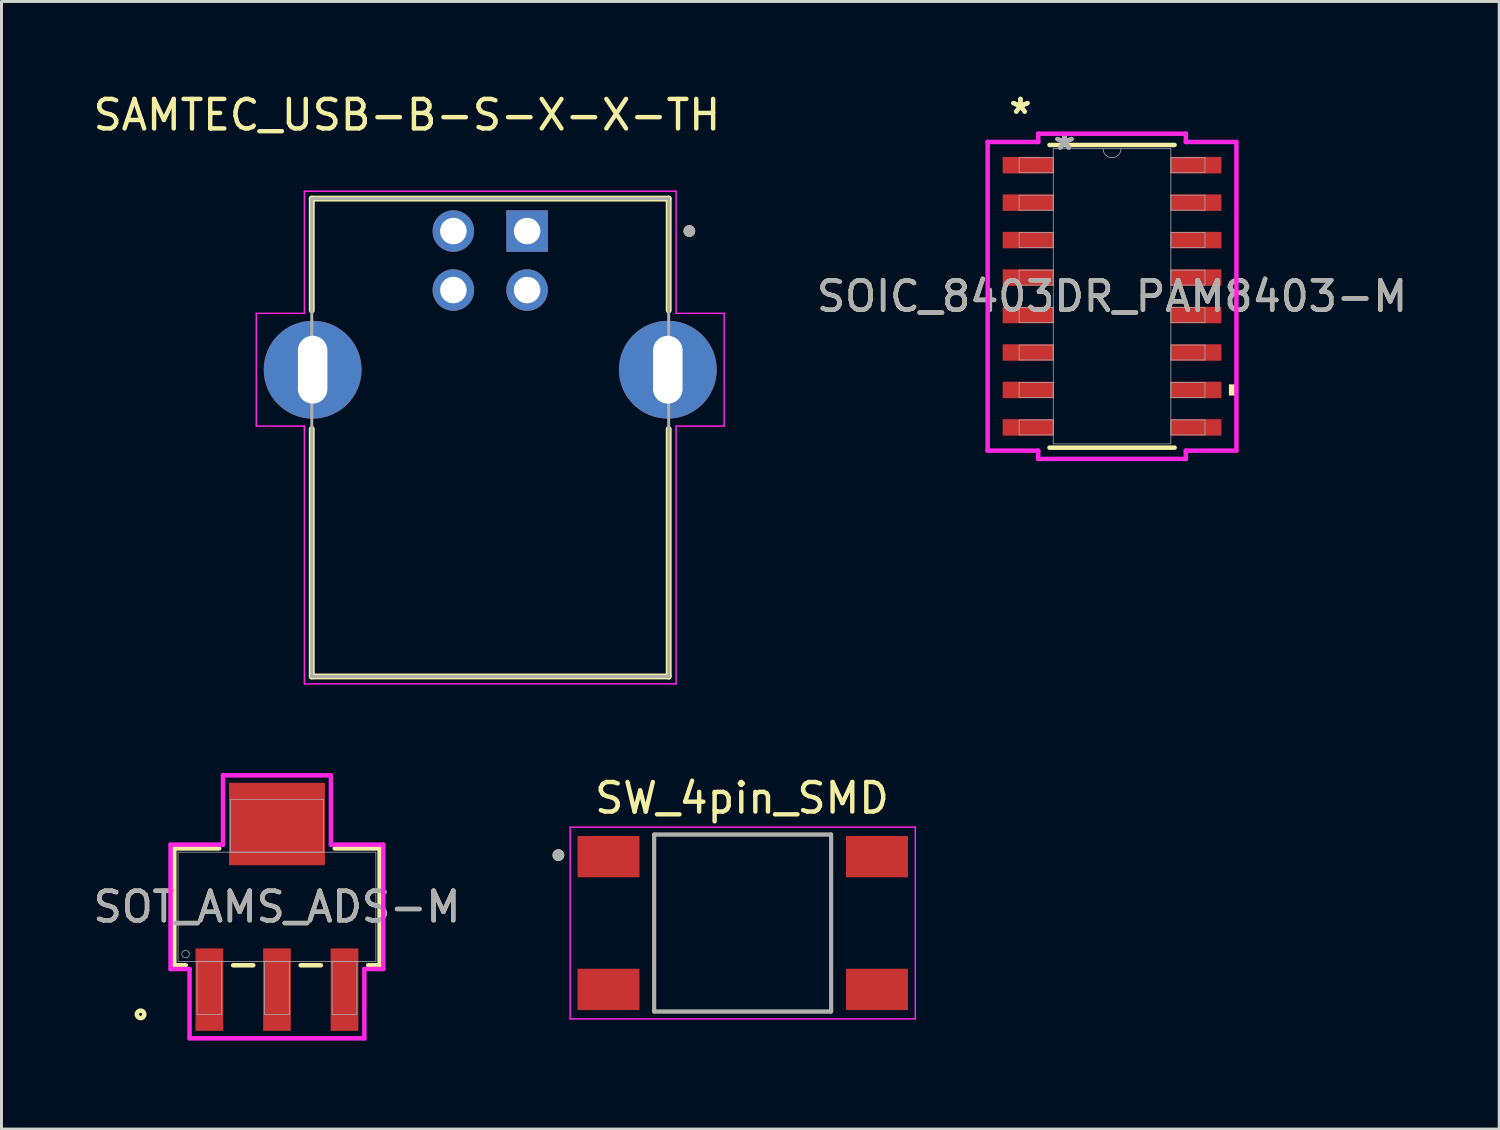
<source format=kicad_pcb>
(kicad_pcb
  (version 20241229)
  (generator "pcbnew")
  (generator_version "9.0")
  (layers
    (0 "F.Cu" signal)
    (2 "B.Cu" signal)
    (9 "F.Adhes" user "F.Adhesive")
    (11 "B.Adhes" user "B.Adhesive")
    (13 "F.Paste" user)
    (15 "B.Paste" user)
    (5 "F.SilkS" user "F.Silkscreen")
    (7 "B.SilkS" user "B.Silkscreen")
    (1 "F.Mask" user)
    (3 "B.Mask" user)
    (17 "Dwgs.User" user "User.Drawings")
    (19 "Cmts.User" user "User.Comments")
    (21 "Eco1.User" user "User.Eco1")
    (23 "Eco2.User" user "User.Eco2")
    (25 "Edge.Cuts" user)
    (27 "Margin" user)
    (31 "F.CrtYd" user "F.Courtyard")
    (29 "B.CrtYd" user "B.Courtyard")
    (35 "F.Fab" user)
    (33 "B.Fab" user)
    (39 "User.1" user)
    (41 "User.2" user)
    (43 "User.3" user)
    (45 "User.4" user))
  (footprint "SOT_AMS_ADS-M"
    (layer "F.Cu")
    (at 6.339 27.692)
    (property "Reference" "SOT_AMS_ADS-M" (at 0 0 0) (unlocked yes) (layer "F.SilkS") (effects (font (size 1 1) (thickness 0.15))))
    (attr smd)
    (fp_line (start -3.48 -1.981) (end -3.48 1.981) (stroke (width 0.152) (type solid)) (layer "F.SilkS"))
    (fp_line (start -3.48 1.981) (end -3.093 1.981) (stroke (width 0.152) (type solid)) (layer "F.SilkS"))
    (fp_line (start -1.958 -1.981) (end -3.48 -1.981) (stroke (width 0.152) (type solid)) (layer "F.SilkS"))
    (fp_line (start -1.487 1.981) (end -0.803 1.981) (stroke (width 0.152) (type solid)) (layer "F.SilkS"))
    (fp_line (start 0.803 1.981) (end 1.487 1.981) (stroke (width 0.152) (type solid)) (layer "F.SilkS"))
    (fp_line (start 3.093 1.981) (end 3.48 1.981) (stroke (width 0.152) (type solid)) (layer "F.SilkS"))
    (fp_line (start 3.48 -1.981) (end 1.958 -1.981) (stroke (width 0.152) (type solid)) (layer "F.SilkS"))
    (fp_line (start 3.48 1.981) (end 3.48 -1.981) (stroke (width 0.152) (type solid)) (layer "F.SilkS"))
    (fp_circle (center -4.623 3.645) (end -4.496 3.645) (stroke (width 0.152) (type solid)) (fill no) (layer "F.SilkS"))
    (fp_line (start -3.607 -2.108) (end -1.829 -2.108) (stroke (width 0.152) (type solid)) (layer "F.CrtYd"))
    (fp_line (start -3.607 2.108) (end -3.607 -2.108) (stroke (width 0.152) (type solid)) (layer "F.CrtYd"))
    (fp_line (start -2.963 2.108) (end -3.607 2.108) (stroke (width 0.152) (type solid)) (layer "F.CrtYd"))
    (fp_line (start -2.963 4.458) (end -2.963 2.108) (stroke (width 0.152) (type solid)) (layer "F.CrtYd"))
    (fp_line (start -1.829 -4.458) (end 1.829 -4.458) (stroke (width 0.152) (type solid)) (layer "F.CrtYd"))
    (fp_line (start -1.829 -2.108) (end -1.829 -4.458) (stroke (width 0.152) (type solid)) (layer "F.CrtYd"))
    (fp_line (start 1.829 -4.458) (end 1.829 -2.108) (stroke (width 0.152) (type solid)) (layer "F.CrtYd"))
    (fp_line (start 1.829 -2.108) (end 3.607 -2.108) (stroke (width 0.152) (type solid)) (layer "F.CrtYd"))
    (fp_line (start 2.963 2.108) (end 2.963 4.458) (stroke (width 0.152) (type solid)) (layer "F.CrtYd"))
    (fp_line (start 2.963 4.458) (end -2.963 4.458) (stroke (width 0.152) (type solid)) (layer "F.CrtYd"))
    (fp_line (start 3.607 -2.108) (end 3.607 2.108) (stroke (width 0.152) (type solid)) (layer "F.CrtYd"))
    (fp_line (start 3.607 2.108) (end 2.963 2.108) (stroke (width 0.152) (type solid)) (layer "F.CrtYd"))
    (fp_line (start -3.353 -1.854) (end -3.353 1.854) (stroke (width 0.025) (type solid)) (layer "F.Fab"))
    (fp_line (start -3.353 1.854) (end 3.353 1.854) (stroke (width 0.025) (type solid)) (layer "F.Fab"))
    (fp_line (start -2.709 1.854) (end -2.709 3.645) (stroke (width 0.025) (type solid)) (layer "F.Fab"))
    (fp_line (start -2.709 3.645) (end -1.871 3.645) (stroke (width 0.025) (type solid)) (layer "F.Fab"))
    (fp_line (start -1.871 1.854) (end -2.709 1.854) (stroke (width 0.025) (type solid)) (layer "F.Fab"))
    (fp_line (start -1.871 3.645) (end -1.871 1.854) (stroke (width 0.025) (type solid)) (layer "F.Fab"))
    (fp_line (start -1.575 -3.645) (end -1.575 -1.854) (stroke (width 0.025) (type solid)) (layer "F.Fab"))
    (fp_line (start -1.575 -1.854) (end 1.575 -1.854) (stroke (width 0.025) (type solid)) (layer "F.Fab"))
    (fp_line (start -0.419 1.854) (end -0.419 3.645) (stroke (width 0.025) (type solid)) (layer "F.Fab"))
    (fp_line (start -0.419 3.645) (end 0.419 3.645) (stroke (width 0.025) (type solid)) (layer "F.Fab"))
    (fp_line (start 0.419 1.854) (end -0.419 1.854) (stroke (width 0.025) (type solid)) (layer "F.Fab"))
    (fp_line (start 0.419 3.645) (end 0.419 1.854) (stroke (width 0.025) (type solid)) (layer "F.Fab"))
    (fp_line (start 1.575 -3.645) (end -1.575 -3.645) (stroke (width 0.025) (type solid)) (layer "F.Fab"))
    (fp_line (start 1.575 -1.854) (end 1.575 -3.645) (stroke (width 0.025) (type solid)) (layer "F.Fab"))
    (fp_line (start 1.871 1.854) (end 1.871 3.645) (stroke (width 0.025) (type solid)) (layer "F.Fab"))
    (fp_line (start 1.871 3.645) (end 2.709 3.645) (stroke (width 0.025) (type solid)) (layer "F.Fab"))
    (fp_line (start 2.709 1.854) (end 1.871 1.854) (stroke (width 0.025) (type solid)) (layer "F.Fab"))
    (fp_line (start 2.709 3.645) (end 2.709 1.854) (stroke (width 0.025) (type solid)) (layer "F.Fab"))
    (fp_line (start 3.353 -1.854) (end -3.353 -1.854) (stroke (width 0.025) (type solid)) (layer "F.Fab"))
    (fp_line (start 3.353 1.854) (end 3.353 -1.854) (stroke (width 0.025) (type solid)) (layer "F.Fab"))
    (fp_circle (center -3.099 1.6) (end -2.972 1.6) (stroke (width 0.025) (type solid)) (fill no) (layer "F.Fab"))
    (fp_text user "${REFERENCE}" (at 0 0 0) (unlocked yes) (layer "F.Fab") (effects (font (size 1 1) (thickness 0.15))))
    (pad "1" smd rect (at -2.29 2.807) (size 0.94 2.794) (layers "F.Cu" "F.Mask" "F.Paste"))
    (pad "2" smd rect (at 0 2.807) (size 0.94 2.794) (layers "F.Cu" "F.Mask" "F.Paste"))
    (pad "3" smd rect (at 2.29 2.807) (size 0.94 2.794) (layers "F.Cu" "F.Mask" "F.Paste"))
    (pad "4" smd rect (at 0 -2.807) (size 3.251 2.794) (layers "F.Cu" "F.Mask" "F.Paste")))
  (footprint "SAMTEC_USB-B-S-X-X-TH"
    (layer "F.Cu")
    (at 13.569 12.483)
    (property "Reference" "SAMTEC_USB-B-S-X-X-TH" (at -2.825 -11.635 0) (layer "F.SilkS") (effects (font (size 1 1) (thickness 0.15))))
    (attr through_hole)
    (fp_line (start -6.05 -8.8) (end 6.05 -8.8) (stroke (width 0.2) (type solid)) (layer "F.SilkS"))
    (fp_line (start -6.05 -5.01) (end -6.05 -8.8) (stroke (width 0.2) (type solid)) (layer "F.SilkS"))
    (fp_line (start -6.05 7.4) (end -6.05 -0.99) (stroke (width 0.2) (type solid)) (layer "F.SilkS"))
    (fp_line (start 6.05 -8.8) (end 6.05 -5.01) (stroke (width 0.2) (type solid)) (layer "F.SilkS"))
    (fp_line (start 6.05 -0.99) (end 6.05 7.4) (stroke (width 0.2) (type solid)) (layer "F.SilkS"))
    (fp_line (start 6.05 7.4) (end -6.05 7.4) (stroke (width 0.2) (type solid)) (layer "F.SilkS"))
    (fp_circle (center 6.75 -7.7) (end 6.85 -7.7) (stroke (width 0.2) (type solid)) (fill no) (layer "F.SilkS"))
    (fp_line (start -7.93 -4.91) (end -6.3 -4.91) (stroke (width 0.05) (type solid)) (layer "F.CrtYd"))
    (fp_line (start -7.93 -1.09) (end -7.93 -4.91) (stroke (width 0.05) (type solid)) (layer "F.CrtYd"))
    (fp_line (start -6.3 -9.05) (end 6.3 -9.05) (stroke (width 0.05) (type solid)) (layer "F.CrtYd"))
    (fp_line (start -6.3 -4.91) (end -6.3 -9.05) (stroke (width 0.05) (type solid)) (layer "F.CrtYd"))
    (fp_line (start -6.3 -1.09) (end -7.93 -1.09) (stroke (width 0.05) (type solid)) (layer "F.CrtYd"))
    (fp_line (start -6.3 7.65) (end -6.3 -1.09) (stroke (width 0.05) (type solid)) (layer "F.CrtYd"))
    (fp_line (start 6.3 -9.05) (end 6.3 -4.91) (stroke (width 0.05) (type solid)) (layer "F.CrtYd"))
    (fp_line (start 6.3 -4.91) (end 7.93 -4.91) (stroke (width 0.05) (type solid)) (layer "F.CrtYd"))
    (fp_line (start 6.3 -1.09) (end 6.3 7.65) (stroke (width 0.05) (type solid)) (layer "F.CrtYd"))
    (fp_line (start 6.3 7.65) (end -6.3 7.65) (stroke (width 0.05) (type solid)) (layer "F.CrtYd"))
    (fp_line (start 7.93 -4.91) (end 7.93 -1.09) (stroke (width 0.05) (type solid)) (layer "F.CrtYd"))
    (fp_line (start 7.93 -1.09) (end 6.3 -1.09) (stroke (width 0.05) (type solid)) (layer "F.CrtYd"))
    (fp_line (start -6.05 -8.8) (end 6.05 -8.8) (stroke (width 0.1) (type solid)) (layer "F.Fab"))
    (fp_line (start -6.05 7.4) (end -6.05 -8.8) (stroke (width 0.1) (type solid)) (layer "F.Fab"))
    (fp_line (start 6.05 -8.8) (end 6.05 7.4) (stroke (width 0.1) (type solid)) (layer "F.Fab"))
    (fp_line (start 6.05 7.4) (end -6.05 7.4) (stroke (width 0.1) (type solid)) (layer "F.Fab"))
    (fp_circle (center 6.75 -7.7) (end 6.85 -7.7) (stroke (width 0.2) (type solid)) (fill no) (layer "F.Fab"))
    (pad "1" thru_hole rect (at 1.25 -7.7) (size 1.408 1.408) (drill 0.9) (layers "*.Cu" "*.Mask"))
    (pad "2" thru_hole circle (at -1.25 -7.7) (size 1.408 1.408) (drill 0.9) (layers "*.Cu" "*.Mask"))
    (pad "3" thru_hole circle (at -1.25 -5.7) (size 1.408 1.408) (drill 0.9) (layers "*.Cu" "*.Mask"))
    (pad "4" thru_hole circle (at 1.25 -5.7) (size 1.408 1.408) (drill 0.9) (layers "*.Cu" "*.Mask"))
    (pad "S1" thru_hole circle (at -6.02 -3) (size 3.316 3.316) (drill oval 1 2.3) (layers "*.Cu" "*.Mask"))
    (pad "S2" thru_hole circle (at 6.02 -3) (size 3.316 3.316) (drill oval 1 2.3) (layers "*.Cu" "*.Mask")))
  (footprint "SOIC_8403DR_PAM8403-M"
    (layer "F.Cu")
    (at 34.649 6.995)
    (property "Reference" "SOIC_8403DR_PAM8403-M" (at 0 0 0) (unlocked yes) (layer "F.SilkS") (effects (font (size 1 1) (thickness 0.15))))
    (attr smd)
    (fp_line (start -2.121 5.131) (end 2.121 5.131) (stroke (width 0.152) (type solid)) (layer "F.SilkS"))
    (fp_line (start 2.121 -5.131) (end -2.121 -5.131) (stroke (width 0.152) (type solid)) (layer "F.SilkS"))
    (fp_poly (pts (xy 4.216 2.985) (xy 4.216 3.365) (xy 3.962 3.365) (xy 3.962 2.985)) (stroke (width 0) (type solid)) (fill yes) (layer "F.SilkS"))
    (fp_line (start -4.216 -5.232) (end -2.502 -5.232) (stroke (width 0.152) (type solid)) (layer "F.CrtYd"))
    (fp_line (start -4.216 5.232) (end -4.216 -5.232) (stroke (width 0.152) (type solid)) (layer "F.CrtYd"))
    (fp_line (start -4.216 5.232) (end -2.502 5.232) (stroke (width 0.152) (type solid)) (layer "F.CrtYd"))
    (fp_line (start -2.502 -5.512) (end 2.502 -5.512) (stroke (width 0.152) (type solid)) (layer "F.CrtYd"))
    (fp_line (start -2.502 -5.232) (end -2.502 -5.512) (stroke (width 0.152) (type solid)) (layer "F.CrtYd"))
    (fp_line (start -2.502 5.512) (end -2.502 5.232) (stroke (width 0.152) (type solid)) (layer "F.CrtYd"))
    (fp_line (start 2.502 -5.512) (end 2.502 -5.232) (stroke (width 0.152) (type solid)) (layer "F.CrtYd"))
    (fp_line (start 2.502 5.232) (end 2.502 5.512) (stroke (width 0.152) (type solid)) (layer "F.CrtYd"))
    (fp_line (start 2.502 5.512) (end -2.502 5.512) (stroke (width 0.152) (type solid)) (layer "F.CrtYd"))
    (fp_line (start 4.216 -5.232) (end 2.502 -5.232) (stroke (width 0.152) (type solid)) (layer "F.CrtYd"))
    (fp_line (start 4.216 -5.232) (end 4.216 5.232) (stroke (width 0.152) (type solid)) (layer "F.CrtYd"))
    (fp_line (start 4.216 5.232) (end 2.502 5.232) (stroke (width 0.152) (type solid)) (layer "F.CrtYd"))
    (fp_line (start -3.15 -4.699) (end -3.15 -4.191) (stroke (width 0.025) (type solid)) (layer "F.Fab"))
    (fp_line (start -3.15 -4.191) (end -1.994 -4.191) (stroke (width 0.025) (type solid)) (layer "F.Fab"))
    (fp_line (start -3.15 -3.429) (end -3.15 -2.921) (stroke (width 0.025) (type solid)) (layer "F.Fab"))
    (fp_line (start -3.15 -2.921) (end -1.994 -2.921) (stroke (width 0.025) (type solid)) (layer "F.Fab"))
    (fp_line (start -3.15 -2.159) (end -3.15 -1.651) (stroke (width 0.025) (type solid)) (layer "F.Fab"))
    (fp_line (start -3.15 -1.651) (end -1.994 -1.651) (stroke (width 0.025) (type solid)) (layer "F.Fab"))
    (fp_line (start -3.15 -0.889) (end -3.15 -0.381) (stroke (width 0.025) (type solid)) (layer "F.Fab"))
    (fp_line (start -3.15 -0.381) (end -1.994 -0.381) (stroke (width 0.025) (type solid)) (layer "F.Fab"))
    (fp_line (start -3.15 0.381) (end -3.15 0.889) (stroke (width 0.025) (type solid)) (layer "F.Fab"))
    (fp_line (start -3.15 0.889) (end -1.994 0.889) (stroke (width 0.025) (type solid)) (layer "F.Fab"))
    (fp_line (start -3.15 1.651) (end -3.15 2.159) (stroke (width 0.025) (type solid)) (layer "F.Fab"))
    (fp_line (start -3.15 2.159) (end -1.994 2.159) (stroke (width 0.025) (type solid)) (layer "F.Fab"))
    (fp_line (start -3.15 2.921) (end -3.15 3.429) (stroke (width 0.025) (type solid)) (layer "F.Fab"))
    (fp_line (start -3.15 3.429) (end -1.994 3.429) (stroke (width 0.025) (type solid)) (layer "F.Fab"))
    (fp_line (start -3.15 4.191) (end -3.15 4.699) (stroke (width 0.025) (type solid)) (layer "F.Fab"))
    (fp_line (start -3.15 4.699) (end -1.994 4.699) (stroke (width 0.025) (type solid)) (layer "F.Fab"))
    (fp_line (start -1.994 -5.004) (end -1.994 5.004) (stroke (width 0.025) (type solid)) (layer "F.Fab"))
    (fp_line (start -1.994 -4.699) (end -3.15 -4.699) (stroke (width 0.025) (type solid)) (layer "F.Fab"))
    (fp_line (start -1.994 -4.191) (end -1.994 -4.699) (stroke (width 0.025) (type solid)) (layer "F.Fab"))
    (fp_line (start -1.994 -3.429) (end -3.15 -3.429) (stroke (width 0.025) (type solid)) (layer "F.Fab"))
    (fp_line (start -1.994 -2.921) (end -1.994 -3.429) (stroke (width 0.025) (type solid)) (layer "F.Fab"))
    (fp_line (start -1.994 -2.159) (end -3.15 -2.159) (stroke (width 0.025) (type solid)) (layer "F.Fab"))
    (fp_line (start -1.994 -1.651) (end -1.994 -2.159) (stroke (width 0.025) (type solid)) (layer "F.Fab"))
    (fp_line (start -1.994 -0.889) (end -3.15 -0.889) (stroke (width 0.025) (type solid)) (layer "F.Fab"))
    (fp_line (start -1.994 -0.381) (end -1.994 -0.889) (stroke (width 0.025) (type solid)) (layer "F.Fab"))
    (fp_line (start -1.994 0.381) (end -3.15 0.381) (stroke (width 0.025) (type solid)) (layer "F.Fab"))
    (fp_line (start -1.994 0.889) (end -1.994 0.381) (stroke (width 0.025) (type solid)) (layer "F.Fab"))
    (fp_line (start -1.994 1.651) (end -3.15 1.651) (stroke (width 0.025) (type solid)) (layer "F.Fab"))
    (fp_line (start -1.994 2.159) (end -1.994 1.651) (stroke (width 0.025) (type solid)) (layer "F.Fab"))
    (fp_line (start -1.994 2.921) (end -3.15 2.921) (stroke (width 0.025) (type solid)) (layer "F.Fab"))
    (fp_line (start -1.994 3.429) (end -1.994 2.921) (stroke (width 0.025) (type solid)) (layer "F.Fab"))
    (fp_line (start -1.994 4.191) (end -3.15 4.191) (stroke (width 0.025) (type solid)) (layer "F.Fab"))
    (fp_line (start -1.994 4.699) (end -1.994 4.191) (stroke (width 0.025) (type solid)) (layer "F.Fab"))
    (fp_line (start -1.994 5.004) (end 1.994 5.004) (stroke (width 0.025) (type solid)) (layer "F.Fab"))
    (fp_line (start 1.994 -5.004) (end -1.994 -5.004) (stroke (width 0.025) (type solid)) (layer "F.Fab"))
    (fp_line (start 1.994 -4.699) (end 1.994 -4.191) (stroke (width 0.025) (type solid)) (layer "F.Fab"))
    (fp_line (start 1.994 -4.191) (end 3.15 -4.191) (stroke (width 0.025) (type solid)) (layer "F.Fab"))
    (fp_line (start 1.994 -3.429) (end 1.994 -2.921) (stroke (width 0.025) (type solid)) (layer "F.Fab"))
    (fp_line (start 1.994 -2.921) (end 3.15 -2.921) (stroke (width 0.025) (type solid)) (layer "F.Fab"))
    (fp_line (start 1.994 -2.159) (end 1.994 -1.651) (stroke (width 0.025) (type solid)) (layer "F.Fab"))
    (fp_line (start 1.994 -1.651) (end 3.15 -1.651) (stroke (width 0.025) (type solid)) (layer "F.Fab"))
    (fp_line (start 1.994 -0.889) (end 1.994 -0.381) (stroke (width 0.025) (type solid)) (layer "F.Fab"))
    (fp_line (start 1.994 -0.381) (end 3.15 -0.381) (stroke (width 0.025) (type solid)) (layer "F.Fab"))
    (fp_line (start 1.994 0.381) (end 1.994 0.889) (stroke (width 0.025) (type solid)) (layer "F.Fab"))
    (fp_line (start 1.994 0.889) (end 3.15 0.889) (stroke (width 0.025) (type solid)) (layer "F.Fab"))
    (fp_line (start 1.994 1.651) (end 1.994 2.159) (stroke (width 0.025) (type solid)) (layer "F.Fab"))
    (fp_line (start 1.994 2.159) (end 3.15 2.159) (stroke (width 0.025) (type solid)) (layer "F.Fab"))
    (fp_line (start 1.994 2.921) (end 1.994 3.429) (stroke (width 0.025) (type solid)) (layer "F.Fab"))
    (fp_line (start 1.994 3.429) (end 3.15 3.429) (stroke (width 0.025) (type solid)) (layer "F.Fab"))
    (fp_line (start 1.994 4.191) (end 1.994 4.699) (stroke (width 0.025) (type solid)) (layer "F.Fab"))
    (fp_line (start 1.994 4.699) (end 3.15 4.699) (stroke (width 0.025) (type solid)) (layer "F.Fab"))
    (fp_line (start 1.994 5.004) (end 1.994 -5.004) (stroke (width 0.025) (type solid)) (layer "F.Fab"))
    (fp_line (start 3.15 -4.699) (end 1.994 -4.699) (stroke (width 0.025) (type solid)) (layer "F.Fab"))
    (fp_line (start 3.15 -4.191) (end 3.15 -4.699) (stroke (width 0.025) (type solid)) (layer "F.Fab"))
    (fp_line (start 3.15 -3.429) (end 1.994 -3.429) (stroke (width 0.025) (type solid)) (layer "F.Fab"))
    (fp_line (start 3.15 -2.921) (end 3.15 -3.429) (stroke (width 0.025) (type solid)) (layer "F.Fab"))
    (fp_line (start 3.15 -2.159) (end 1.994 -2.159) (stroke (width 0.025) (type solid)) (layer "F.Fab"))
    (fp_line (start 3.15 -1.651) (end 3.15 -2.159) (stroke (width 0.025) (type solid)) (layer "F.Fab"))
    (fp_line (start 3.15 -0.889) (end 1.994 -0.889) (stroke (width 0.025) (type solid)) (layer "F.Fab"))
    (fp_line (start 3.15 -0.381) (end 3.15 -0.889) (stroke (width 0.025) (type solid)) (layer "F.Fab"))
    (fp_line (start 3.15 0.381) (end 1.994 0.381) (stroke (width 0.025) (type solid)) (layer "F.Fab"))
    (fp_line (start 3.15 0.889) (end 3.15 0.381) (stroke (width 0.025) (type solid)) (layer "F.Fab"))
    (fp_line (start 3.15 1.651) (end 1.994 1.651) (stroke (width 0.025) (type solid)) (layer "F.Fab"))
    (fp_line (start 3.15 2.159) (end 3.15 1.651) (stroke (width 0.025) (type solid)) (layer "F.Fab"))
    (fp_line (start 3.15 2.921) (end 1.994 2.921) (stroke (width 0.025) (type solid)) (layer "F.Fab"))
    (fp_line (start 3.15 3.429) (end 3.15 2.921) (stroke (width 0.025) (type solid)) (layer "F.Fab"))
    (fp_line (start 3.15 4.191) (end 1.994 4.191) (stroke (width 0.025) (type solid)) (layer "F.Fab"))
    (fp_line (start 3.15 4.699) (end 3.15 4.191) (stroke (width 0.025) (type solid)) (layer "F.Fab"))
    (fp_arc (start 0.3048 -5.0038) (mid 0 -4.699) (end -0.3048 -5.0038) (stroke (width 0.0254) (type solid)) (layer "F.Fab"))
    (fp_text user "*" (at -3.105 -6.147 0) (unlocked yes) (layer "F.SilkS") (effects (font (size 1 1) (thickness 0.15))))
    (fp_text user "*" (at -3.105 -6.147 0) (layer "F.SilkS") (effects (font (size 1 1) (thickness 0.15))))
    (fp_text user "*" (at -1.613 -4.928 0) (layer "F.Fab") (effects (font (size 1 1) (thickness 0.15))))
    (fp_text user "*" (at -1.613 -4.928 0) (unlocked yes) (layer "F.Fab") (effects (font (size 1 1) (thickness 0.15))))
    (fp_text user "${REFERENCE}" (at 0 0 0) (unlocked yes) (layer "F.Fab") (effects (font (size 1 1) (thickness 0.15))))
    (pad "1" smd rect (at -2.851 -4.445) (size 1.714 0.559) (layers "F.Cu" "F.Mask" "F.Paste"))
    (pad "2" smd rect (at -2.851 -3.175) (size 1.714 0.559) (layers "F.Cu" "F.Mask" "F.Paste"))
    (pad "3" smd rect (at -2.851 -1.905) (size 1.714 0.559) (layers "F.Cu" "F.Mask" "F.Paste"))
    (pad "4" smd rect (at -2.851 -0.635) (size 1.714 0.559) (layers "F.Cu" "F.Mask" "F.Paste"))
    (pad "5" smd rect (at -2.851 0.635) (size 1.714 0.559) (layers "F.Cu" "F.Mask" "F.Paste"))
    (pad "6" smd rect (at -2.851 1.905) (size 1.714 0.559) (layers "F.Cu" "F.Mask" "F.Paste"))
    (pad "7" smd rect (at -2.851 3.175) (size 1.714 0.559) (layers "F.Cu" "F.Mask" "F.Paste"))
    (pad "8" smd rect (at -2.851 4.445) (size 1.714 0.559) (layers "F.Cu" "F.Mask" "F.Paste"))
    (pad "9" smd rect (at 2.851 4.445) (size 1.714 0.559) (layers "F.Cu" "F.Mask" "F.Paste"))
    (pad "10" smd rect (at 2.851 3.175) (size 1.714 0.559) (layers "F.Cu" "F.Mask" "F.Paste"))
    (pad "11" smd rect (at 2.851 1.905) (size 1.714 0.559) (layers "F.Cu" "F.Mask" "F.Paste"))
    (pad "12" smd rect (at 2.851 0.635) (size 1.714 0.559) (layers "F.Cu" "F.Mask" "F.Paste"))
    (pad "13" smd rect (at 2.851 -0.635) (size 1.714 0.559) (layers "F.Cu" "F.Mask" "F.Paste"))
    (pad "14" smd rect (at 2.851 -1.905) (size 1.714 0.559) (layers "F.Cu" "F.Mask" "F.Paste"))
    (pad "15" smd rect (at 2.851 -3.175) (size 1.714 0.559) (layers "F.Cu" "F.Mask" "F.Paste"))
    (pad "16" smd rect (at 2.851 -4.445) (size 1.714 0.559) (layers "F.Cu" "F.Mask" "F.Paste")))
  (footprint "SW_4pin_SMD"
    (layer "F.Cu")
    (at 22.129 28.241)
    (property "Reference" "SW_4pin_SMD" (at -0.025 -4.235 0) (layer "F.SilkS") (effects (font (size 1 1) (thickness 0.15))))
    (attr smd)
    (fp_line (start -3 3) (end -3 -3) (stroke (width 0.127) (type solid)) (layer "F.SilkS"))
    (fp_line (start 3 -3) (end -3 -3) (stroke (width 0.127) (type solid)) (layer "F.SilkS"))
    (fp_line (start 3 -3) (end 3 3) (stroke (width 0.127) (type solid)) (layer "F.SilkS"))
    (fp_line (start 3 3) (end -3 3) (stroke (width 0.127) (type solid)) (layer "F.SilkS"))
    (fp_circle (center -6.25 -2.3) (end -6.15 -2.3) (stroke (width 0.2) (type solid)) (fill no) (layer "F.SilkS"))
    (fp_line (start -5.85 -3.25) (end -5.85 3.25) (stroke (width 0.05) (type solid)) (layer "F.CrtYd"))
    (fp_line (start -5.85 3.25) (end 5.85 3.25) (stroke (width 0.05) (type solid)) (layer "F.CrtYd"))
    (fp_line (start 5.85 -3.25) (end -5.85 -3.25) (stroke (width 0.05) (type solid)) (layer "F.CrtYd"))
    (fp_line (start 5.85 3.25) (end 5.85 -3.25) (stroke (width 0.05) (type solid)) (layer "F.CrtYd"))
    (fp_line (start -3 -3) (end -3 3) (stroke (width 0.127) (type solid)) (layer "F.Fab"))
    (fp_line (start -3 3) (end 3 3) (stroke (width 0.127) (type solid)) (layer "F.Fab"))
    (fp_line (start 3 -3) (end -3 -3) (stroke (width 0.127) (type solid)) (layer "F.Fab"))
    (fp_line (start 3 3) (end 3 -3) (stroke (width 0.127) (type solid)) (layer "F.Fab"))
    (fp_circle (center -6.25 -2.3) (end -6.15 -2.3) (stroke (width 0.2) (type solid)) (fill no) (layer "F.Fab"))
    (pad "1" smd rect (at -4.55 -2.25) (size 2.1 1.4) (layers "F.Cu" "F.Mask" "F.Paste"))
    (pad "2" smd rect (at 4.55 -2.25) (size 2.1 1.4) (layers "F.Cu" "F.Mask" "F.Paste"))
    (pad "3" smd rect (at -4.55 2.25) (size 2.1 1.4) (layers "F.Cu" "F.Mask" "F.Paste"))
    (pad "4" smd rect (at 4.55 2.25) (size 2.1 1.4) (layers "F.Cu" "F.Mask" "F.Paste")))
  (gr_rect
    (start -3 -3)
    (end 47.774 35.226)
    (stroke (width 0.1) (type default))
    (fill no)
    (layer "Edge.Cuts")))
</source>
